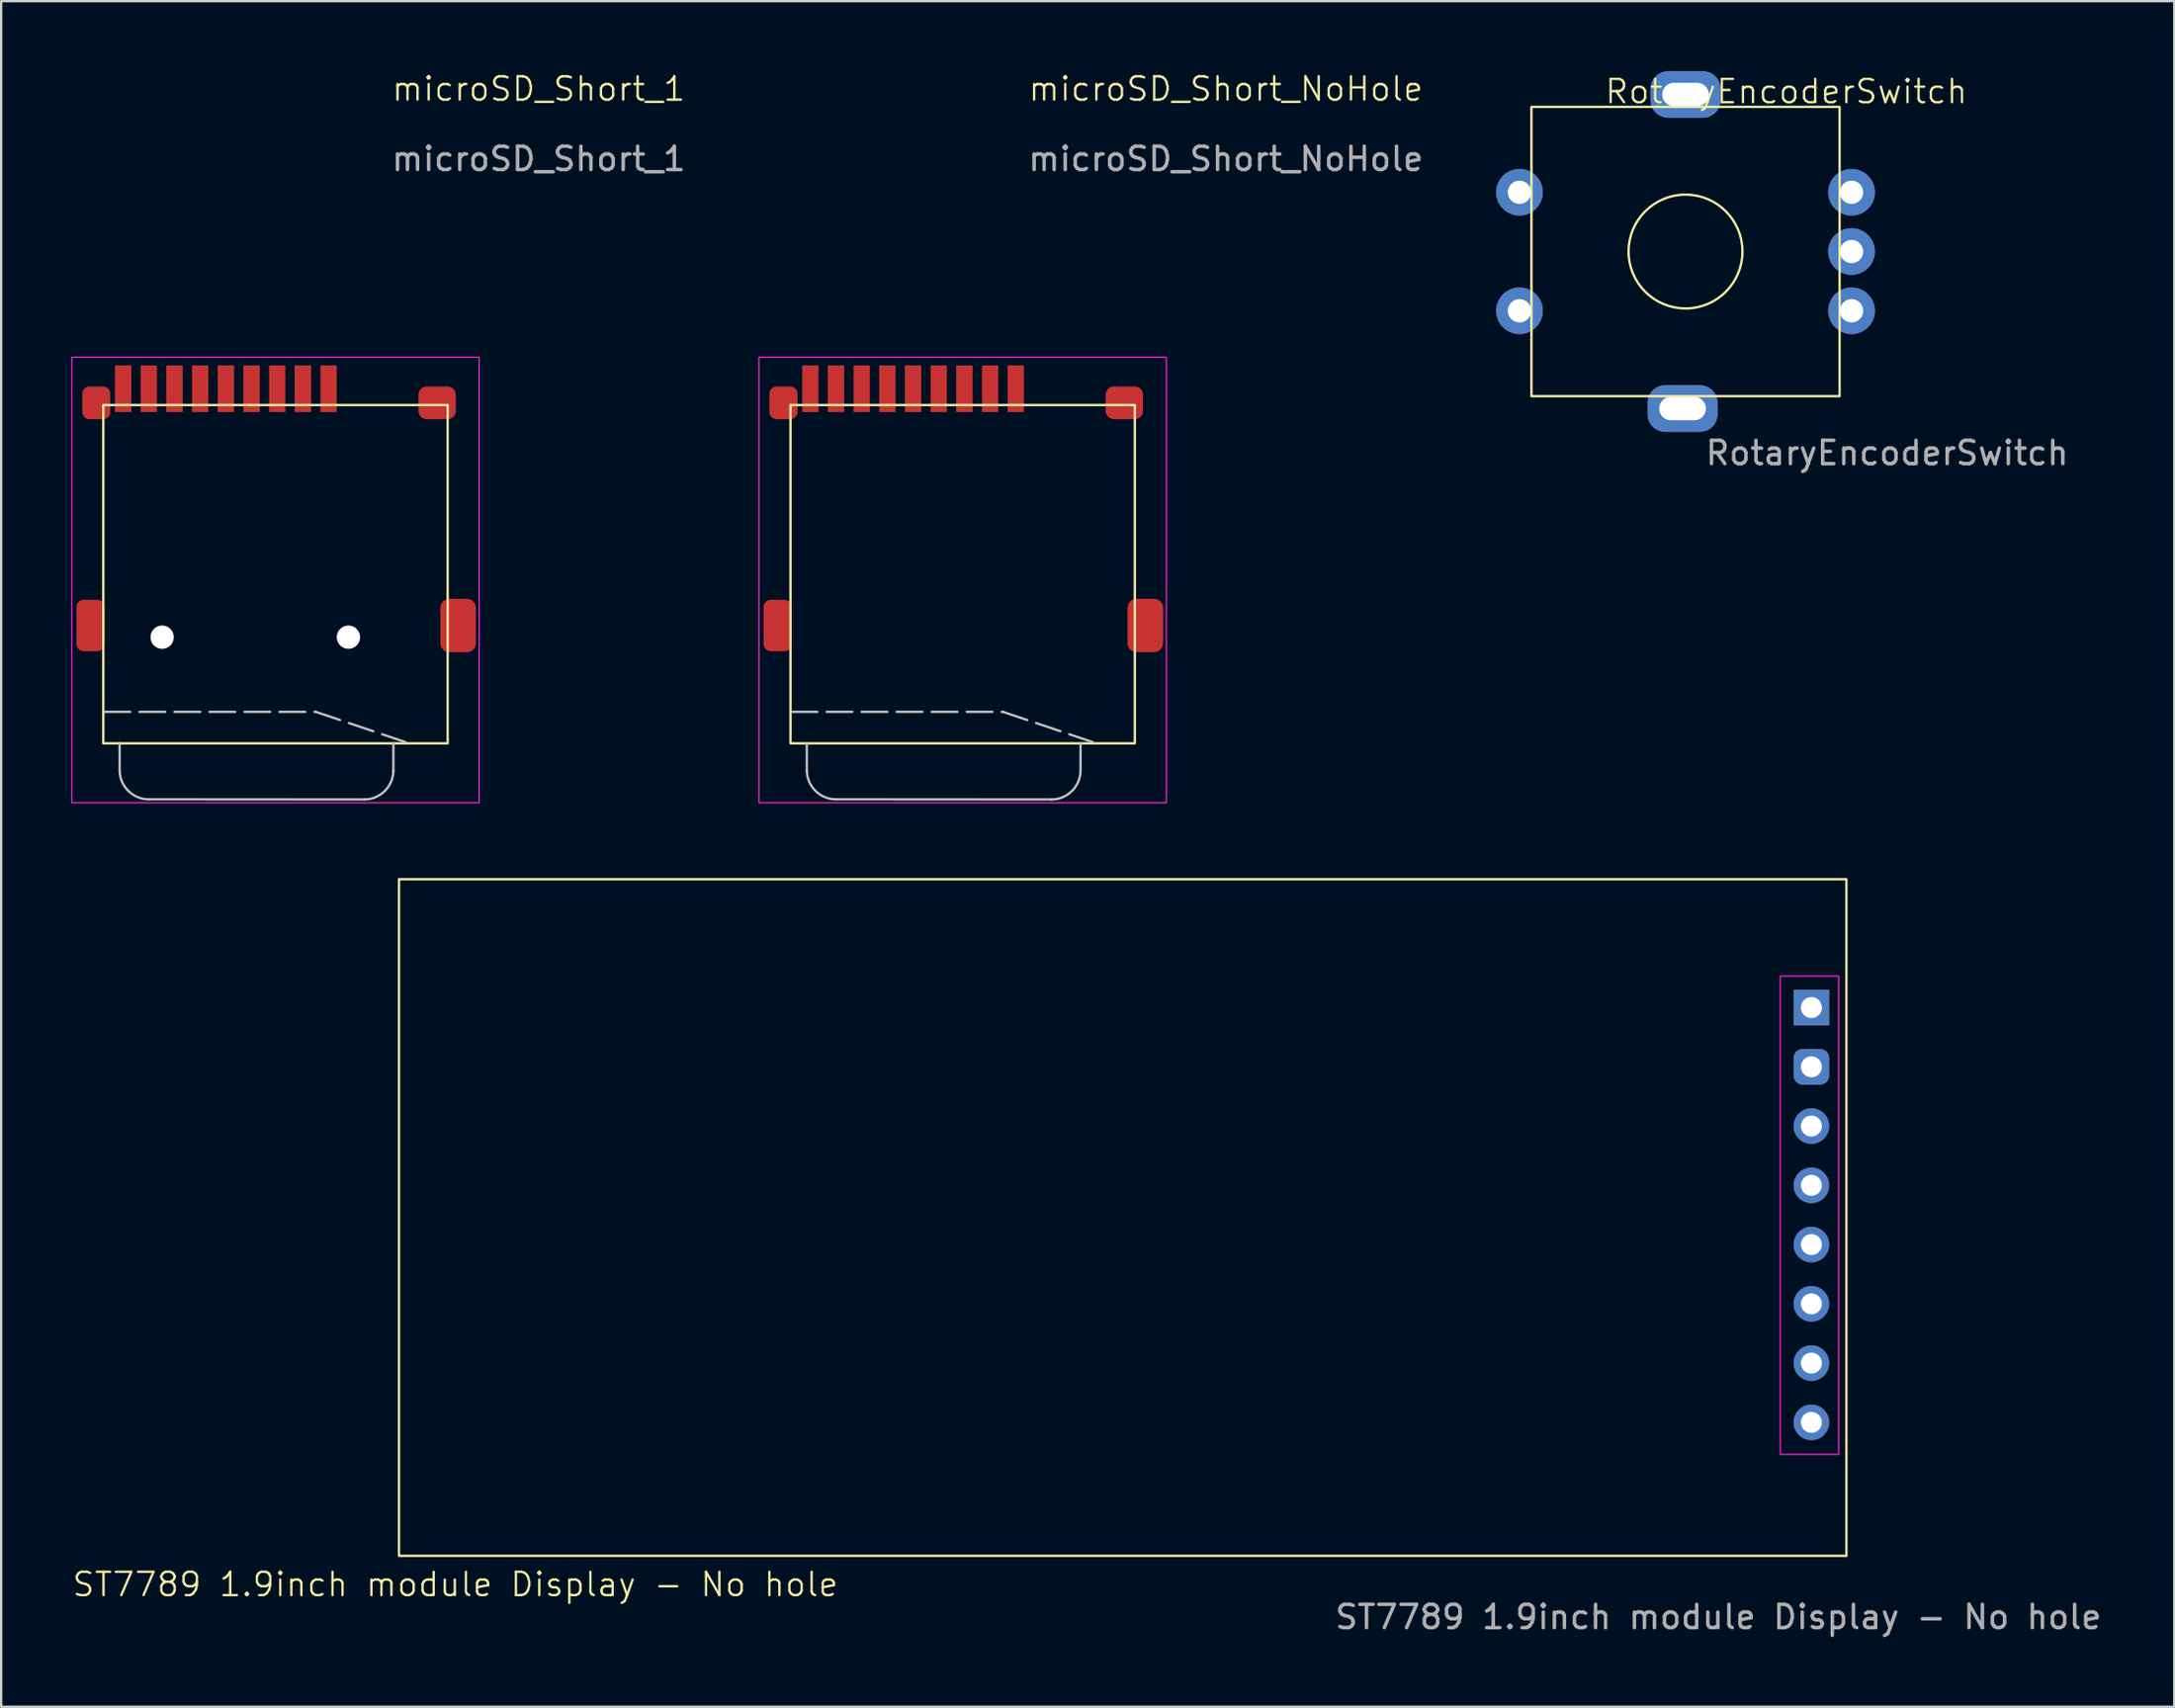
<source format=kicad_pcb>
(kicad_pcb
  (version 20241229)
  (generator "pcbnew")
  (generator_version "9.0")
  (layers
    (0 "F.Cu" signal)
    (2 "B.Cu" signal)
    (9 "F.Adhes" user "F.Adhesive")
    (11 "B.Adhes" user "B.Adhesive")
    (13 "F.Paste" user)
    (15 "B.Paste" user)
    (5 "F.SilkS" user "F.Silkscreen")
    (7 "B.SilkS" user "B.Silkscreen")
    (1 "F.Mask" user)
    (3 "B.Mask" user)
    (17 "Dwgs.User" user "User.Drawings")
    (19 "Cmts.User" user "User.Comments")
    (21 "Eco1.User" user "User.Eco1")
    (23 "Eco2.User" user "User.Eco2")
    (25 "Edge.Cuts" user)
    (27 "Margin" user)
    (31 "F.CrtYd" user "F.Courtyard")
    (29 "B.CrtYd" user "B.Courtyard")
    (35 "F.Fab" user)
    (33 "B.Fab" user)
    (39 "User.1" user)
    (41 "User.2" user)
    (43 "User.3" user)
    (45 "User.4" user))
  (footprint "ST7789 1.9inch module Display - No hole"
    (layer "F.Cu")
    (at 14.042 34.636)
    (property "Reference" "ST7789 1.9inch module Display - No hole" (at 2.413 30.226 0) (unlocked yes) (layer "F.SilkS") (effects (font (size 1 1) (thickness 0.1))))
    (attr through_hole)
    (fp_rect (start 0 0) (end 62 29) (stroke (width 0.1) (type default)) (fill no) (layer "F.SilkS"))
    (fp_rect (start 59.167 4.15) (end 61.667 24.65) (stroke (width 0.05) (type default)) (fill no) (layer "F.CrtYd"))
    (fp_text user "${REFERENCE}" (at 56.515 31.623 0) (unlocked yes) (layer "F.Fab") (effects (font (size 1 1) (thickness 0.15))))
    (pad "1" thru_hole rect (at 60.5 5.5) (size 1.524 1.524) (drill 0.9) (layers "*.Cu" "*.Mask"))
    (pad "2" thru_hole roundrect (at 60.5 8.04) (size 1.524 1.524) (drill 0.9) (layers "*.Cu" "*.Mask") (roundrect_rratio 0.25))
    (pad "3" thru_hole circle (at 60.5 10.58) (size 1.524 1.524) (drill 0.9) (layers "*.Cu" "*.Mask"))
    (pad "4" thru_hole circle (at 60.5 13.12) (size 1.524 1.524) (drill 0.9) (layers "*.Cu" "*.Mask"))
    (pad "5" thru_hole circle (at 60.5 15.66) (size 1.524 1.524) (drill 0.9) (layers "*.Cu" "*.Mask"))
    (pad "6" thru_hole circle (at 60.5 18.2) (size 1.524 1.524) (drill 0.9) (layers "*.Cu" "*.Mask"))
    (pad "7" thru_hole circle (at 60.5 20.74) (size 1.524 1.524) (drill 0.9) (layers "*.Cu" "*.Mask"))
    (pad "8" thru_hole circle (at 60.5 23.28) (size 1.524 1.524) (drill 0.9) (layers "*.Cu" "*.Mask")))
  (footprint "microSD_Short_NoHole"
    (layer "F.Cu")
    (at 38.261 20.261)
    (property "Reference" "microSD_Short_NoHole" (at 11.2 -19.5 0) (unlocked yes) (layer "F.SilkS") (effects (font (size 1 1) (thickness 0.1))))
    (attr smd)
    (fp_rect (start -7.45 -5.95) (end 7.3 8.55) (stroke (width 0.1) (type default)) (fill no) (layer "F.SilkS"))
    (fp_line (start -7.4 7.2) (end 1.65 7.2) (stroke (width 0.1) (type dash)) (layer "Dwgs.User"))
    (fp_line (start -6.75 9.725) (end -6.75 8.54) (stroke (width 0.1) (type default)) (layer "Dwgs.User"))
    (fp_line (start 1.65 7.2) (end 5.5 8.5) (stroke (width 0.1) (type dash)) (layer "Dwgs.User"))
    (fp_line (start 3.725 10.957) (end -5.5 10.95) (stroke (width 0.1) (type default)) (layer "Dwgs.User"))
    (fp_line (start 4.975 9.732) (end 4.975 8.547) (stroke (width 0.1) (type default)) (layer "Dwgs.User"))
    (fp_arc (start -5.5 10.950249) (mid -6.375176 10.592855) (end -6.749999 9.725) (stroke (width 0.1) (type default)) (layer "Dwgs.User"))
    (fp_arc (start 4.974823 9.732145) (mid 4.6 10.599999) (end 3.724824 10.957394) (stroke (width 0.1) (type default)) (layer "Dwgs.User"))
    (fp_rect (start -8.8 -8) (end 8.65 11.1) (stroke (width 0.05) (type default)) (fill no) (layer "F.CrtYd"))
    (fp_text user "${REFERENCE}" (at 11.2 -16.5 0) (unlocked yes) (layer "F.Fab") (effects (font (size 1 1) (thickness 0.15))))
    (pad "1" smd rect (at 2.2 -6.65) (size 0.7 2) (layers "F.Cu" "F.Mask" "F.Paste"))
    (pad "2" smd rect (at 1.1 -6.65) (size 0.7 2) (layers "F.Cu" "F.Mask" "F.Paste"))
    (pad "3" smd rect (at 0 -6.65) (size 0.7 2) (layers "F.Cu" "F.Mask" "F.Paste"))
    (pad "4" smd rect (at -1.1 -6.65) (size 0.7 2) (layers "F.Cu" "F.Mask" "F.Paste"))
    (pad "5" smd rect (at -2.2 -6.65) (size 0.7 2) (layers "F.Cu" "F.Mask" "F.Paste"))
    (pad "6" smd rect (at -3.3 -6.65) (size 0.7 2) (layers "F.Cu" "F.Mask" "F.Paste"))
    (pad "7" smd rect (at -4.4 -6.65) (size 0.7 2) (layers "F.Cu" "F.Mask" "F.Paste"))
    (pad "8" smd rect (at -5.5 -6.65) (size 0.7 2) (layers "F.Cu" "F.Mask" "F.Paste"))
    (pad "9" smd rect (at -6.6 -6.65) (size 0.7 2) (layers "F.Cu" "F.Mask" "F.Paste"))
    (pad "11" smd roundrect (at -8 3.5 180) (size 1.2 2.2) (layers "F.Cu" "F.Mask" "F.Paste") (roundrect_rratio 0.25))
    (pad "11" smd roundrect (at -7.75 -6.045) (size 1.2 1.4) (layers "F.Cu" "F.Mask" "F.Paste") (roundrect_rratio 0.25))
    (pad "11" smd roundrect (at 6.85 -6.045) (size 1.6 1.4) (layers "F.Cu" "F.Mask" "F.Paste") (roundrect_rratio 0.25))
    (pad "11" smd roundrect (at 7.75 3.5 90) (size 2.286 1.524) (layers "F.Cu" "F.Mask" "F.Paste") (roundrect_rratio 0.25)))
  (footprint "microSD_Short_1"
    (layer "F.Cu")
    (at 8.825 20.261)
    (property "Reference" "microSD_Short_1" (at 11.2 -19.5 0) (unlocked yes) (layer "F.SilkS") (effects (font (size 1 1) (thickness 0.1))))
    (attr smd)
    (fp_rect (start -7.45 -5.95) (end 7.3 8.55) (stroke (width 0.1) (type default)) (fill no) (layer "F.SilkS"))
    (fp_line (start -7.4 7.2) (end 1.65 7.2) (stroke (width 0.1) (type dash)) (layer "Dwgs.User"))
    (fp_line (start -6.75 9.725) (end -6.75 8.54) (stroke (width 0.1) (type default)) (layer "Dwgs.User"))
    (fp_line (start 1.65 7.2) (end 5.5 8.5) (stroke (width 0.1) (type dash)) (layer "Dwgs.User"))
    (fp_line (start 3.725 10.957) (end -5.5 10.95) (stroke (width 0.1) (type default)) (layer "Dwgs.User"))
    (fp_line (start 4.975 9.732) (end 4.975 8.547) (stroke (width 0.1) (type default)) (layer "Dwgs.User"))
    (fp_arc (start -5.5 10.950249) (mid -6.375176 10.592855) (end -6.749999 9.725) (stroke (width 0.1) (type default)) (layer "Dwgs.User"))
    (fp_arc (start 4.974823 9.732145) (mid 4.6 10.599999) (end 3.724824 10.957394) (stroke (width 0.1) (type default)) (layer "Dwgs.User"))
    (fp_rect (start -8.8 -8) (end 8.65 11.1) (stroke (width 0.05) (type default)) (fill no) (layer "F.CrtYd"))
    (fp_text user "${REFERENCE}" (at 11.2 -16.5 0) (unlocked yes) (layer "F.Fab") (effects (font (size 1 1) (thickness 0.15))))
    (pad "" np_thru_hole circle (at -4.93 4) (size 1 1) (drill 1.25) (layers "*.Cu"))
    (pad "" np_thru_hole circle (at 3.05 4) (size 1 1) (drill 1.25) (layers "*.Cu"))
    (pad "1" smd rect (at 2.2 -6.65) (size 0.7 2) (layers "F.Cu" "F.Mask" "F.Paste"))
    (pad "2" smd rect (at 1.1 -6.65) (size 0.7 2) (layers "F.Cu" "F.Mask" "F.Paste"))
    (pad "3" smd rect (at 0 -6.65) (size 0.7 2) (layers "F.Cu" "F.Mask" "F.Paste"))
    (pad "4" smd rect (at -1.1 -6.65) (size 0.7 2) (layers "F.Cu" "F.Mask" "F.Paste"))
    (pad "5" smd rect (at -2.2 -6.65) (size 0.7 2) (layers "F.Cu" "F.Mask" "F.Paste"))
    (pad "6" smd rect (at -3.3 -6.65) (size 0.7 2) (layers "F.Cu" "F.Mask" "F.Paste"))
    (pad "7" smd rect (at -4.4 -6.65) (size 0.7 2) (layers "F.Cu" "F.Mask" "F.Paste"))
    (pad "8" smd rect (at -5.5 -6.65) (size 0.7 2) (layers "F.Cu" "F.Mask" "F.Paste"))
    (pad "9" smd rect (at -6.6 -6.65) (size 0.7 2) (layers "F.Cu" "F.Mask" "F.Paste"))
    (pad "11" smd roundrect (at -8 3.5 180) (size 1.2 2.2) (layers "F.Cu" "F.Mask" "F.Paste") (roundrect_rratio 0.25))
    (pad "11" smd roundrect (at -7.75 -6.045) (size 1.2 1.4) (layers "F.Cu" "F.Mask" "F.Paste") (roundrect_rratio 0.25))
    (pad "11" smd roundrect (at 6.85 -6.045) (size 1.6 1.4) (layers "F.Cu" "F.Mask" "F.Paste") (roundrect_rratio 0.25))
    (pad "11" smd roundrect (at 7.75 3.5 90) (size 2.286 1.524) (layers "F.Cu" "F.Mask" "F.Paste") (roundrect_rratio 0.25)))
  (footprint "RotaryEncoderSwitch"
    (layer "F.Cu")
    (at 69.15 7.731)
    (property "Reference" "RotaryEncoderSwitch" (at 4.318 -6.858 0) (unlocked yes) (layer "F.SilkS") (effects (font (size 1 1) (thickness 0.1))))
    (attr through_hole)
    (fp_rect (start -6.6 -6.2) (end 6.6 6.2) (stroke (width 0.1) (type default)) (fill no) (layer "F.SilkS"))
    (fp_circle (center 0 0) (end 1.524 1.905) (stroke (width 0.1) (type default)) (fill no) (layer "F.SilkS"))
    (fp_text user "${REFERENCE}" (at 8.636 8.636 0) (unlocked yes) (layer "F.Fab") (effects (font (size 1 1) (thickness 0.15))))
    (pad "" thru_hole roundrect (at -0.127 6.731) (size 3 2) (drill oval 2 1) (layers "*.Cu" "*.Mask") (roundrect_rratio 0.375))
    (pad "" thru_hole roundrect (at 0 -6.731) (size 3 2) (drill oval 2 1) (layers "*.Cu" "*.Mask") (roundrect_rratio 0.375))
    (pad "A" thru_hole circle (at 7.112 2.54) (size 2 2) (drill 1) (layers "*.Cu" "*.Mask"))
    (pad "B" thru_hole circle (at 7.112 -2.54) (size 2 2) (drill 1) (layers "*.Cu" "*.Mask"))
    (pad "C" thru_hole circle (at 7.112 0) (size 2 2) (drill 1) (layers "*.Cu" "*.Mask"))
    (pad "SW1" thru_hole circle (at -7.112 -2.54) (size 2 2) (drill 1) (layers "*.Cu" "*.Mask"))
    (pad "SW2" thru_hole circle (at -7.112 2.54) (size 2 2) (drill 1) (layers "*.Cu" "*.Mask")))
  (gr_rect
    (start -3 -3)
    (end 90.087 70.107)
    (stroke (width 0.1) (type default))
    (fill no)
    (layer "Edge.Cuts")))
</source>
